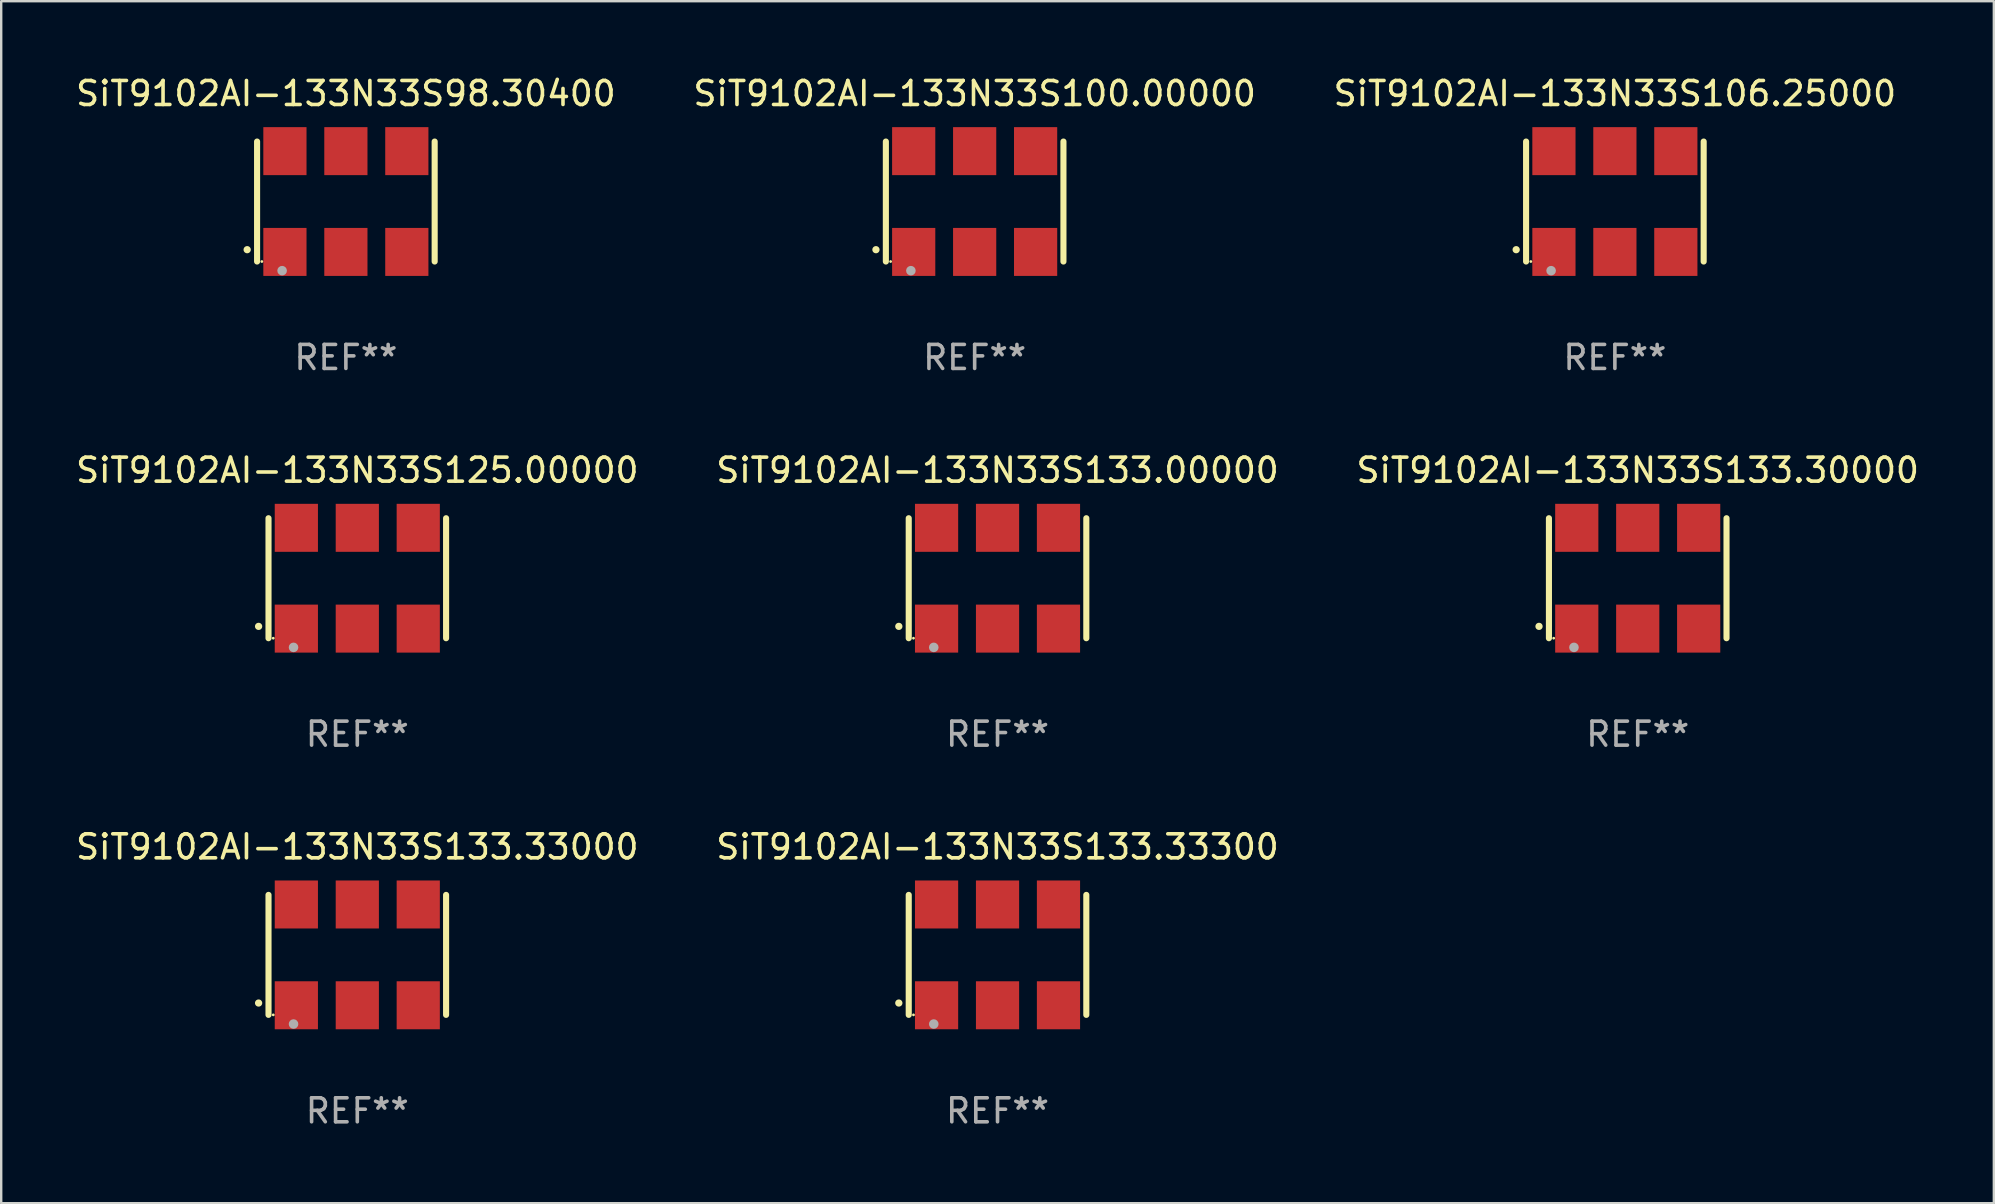
<source format=kicad_pcb>
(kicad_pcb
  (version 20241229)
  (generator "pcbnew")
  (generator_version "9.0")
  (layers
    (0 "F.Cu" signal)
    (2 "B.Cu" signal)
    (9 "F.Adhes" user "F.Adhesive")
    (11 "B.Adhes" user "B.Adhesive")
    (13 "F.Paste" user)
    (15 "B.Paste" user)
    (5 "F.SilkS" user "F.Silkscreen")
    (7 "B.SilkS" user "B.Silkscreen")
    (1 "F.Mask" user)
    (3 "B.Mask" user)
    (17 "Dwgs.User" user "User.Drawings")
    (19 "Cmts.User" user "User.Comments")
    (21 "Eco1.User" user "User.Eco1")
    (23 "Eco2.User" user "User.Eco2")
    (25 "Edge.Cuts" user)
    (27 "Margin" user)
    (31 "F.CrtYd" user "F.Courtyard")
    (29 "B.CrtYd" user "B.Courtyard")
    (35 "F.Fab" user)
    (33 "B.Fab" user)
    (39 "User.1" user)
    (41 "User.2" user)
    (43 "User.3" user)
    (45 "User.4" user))
  (footprint "SiT9102AI-133N33S106.25000"
    (layer "F.Cu")
    (at 64.244 5.348)
    (property "Reference" "SiT9102AI-133N33S106.25000" (at 0 -4.5 0) (layer "F.SilkS") (effects (font (size 1 1) (thickness 0.15))))
    (attr through_hole)
    (fp_line (start -3.7 -2.5) (end -3.7 2.5) (stroke (width 0.254) (type solid)) (layer "F.SilkS"))
    (fp_line (start 3.7 -2.5) (end 3.7 2.5) (stroke (width 0.254) (type solid)) (layer "F.SilkS"))
    (fp_arc (start -4.114415 2.006604) (mid -4.113145 2.006599) (end -4.111875 2.006604) (stroke (width 0.3) (type solid)) (layer "F.SilkS"))
    (fp_circle (center -3.502 2.5) (end -3.472 2.5) (stroke (width 0.06) (type solid)) (fill no) (layer "F.SilkS"))
    (fp_circle (center -2.657 2.882) (end -2.557 2.882) (stroke (width 0.2) (type solid)) (fill no) (layer "F.Fab"))
    (fp_text user "REF**" (at 0 6.5 0) (layer "F.Fab") (effects (font (size 1 1) (thickness 0.15))))
    (pad "1" smd rect (at -2.54 2.1) (size 1.8 2) (layers "F.Cu" "F.Mask" "F.Paste"))
    (pad "2" smd rect (at 0.000394 2.1) (size 1.8 2) (layers "F.Cu" "F.Mask" "F.Paste"))
    (pad "3" smd rect (at 2.54 2.1) (size 1.8 2) (layers "F.Cu" "F.Mask" "F.Paste"))
    (pad "4" smd rect (at 2.54 -2.1) (size 1.8 2) (layers "F.Cu" "F.Mask" "F.Paste"))
    (pad "5" smd rect (at 0.000394 -2.1) (size 1.8 2) (layers "F.Cu" "F.Mask" "F.Paste"))
    (pad "6" smd rect (at -2.54 -2.1) (size 1.8 2) (layers "F.Cu" "F.Mask" "F.Paste")))
  (footprint "SiT9102AI-133N33S133.33000"
    (layer "F.Cu")
    (at 11.839 36.741)
    (property "Reference" "SiT9102AI-133N33S133.33000" (at 0 -4.5 0) (layer "F.SilkS") (effects (font (size 1 1) (thickness 0.15))))
    (attr through_hole)
    (fp_line (start -3.7 -2.5) (end -3.7 2.5) (stroke (width 0.254) (type solid)) (layer "F.SilkS"))
    (fp_line (start 3.7 -2.5) (end 3.7 2.5) (stroke (width 0.254) (type solid)) (layer "F.SilkS"))
    (fp_arc (start -4.114415 2.006604) (mid -4.113145 2.006599) (end -4.111875 2.006604) (stroke (width 0.3) (type solid)) (layer "F.SilkS"))
    (fp_circle (center -3.502 2.5) (end -3.472 2.5) (stroke (width 0.06) (type solid)) (fill no) (layer "F.SilkS"))
    (fp_circle (center -2.657 2.882) (end -2.557 2.882) (stroke (width 0.2) (type solid)) (fill no) (layer "F.Fab"))
    (fp_text user "REF**" (at 0 6.5 0) (layer "F.Fab") (effects (font (size 1 1) (thickness 0.15))))
    (pad "1" smd rect (at -2.54 2.1) (size 1.8 2) (layers "F.Cu" "F.Mask" "F.Paste"))
    (pad "2" smd rect (at 0.000394 2.1) (size 1.8 2) (layers "F.Cu" "F.Mask" "F.Paste"))
    (pad "3" smd rect (at 2.54 2.1) (size 1.8 2) (layers "F.Cu" "F.Mask" "F.Paste"))
    (pad "4" smd rect (at 2.54 -2.1) (size 1.8 2) (layers "F.Cu" "F.Mask" "F.Paste"))
    (pad "5" smd rect (at 0.000394 -2.1) (size 1.8 2) (layers "F.Cu" "F.Mask" "F.Paste"))
    (pad "6" smd rect (at -2.54 -2.1) (size 1.8 2) (layers "F.Cu" "F.Mask" "F.Paste")))
  (footprint "SiT9102AI-133N33S133.33300"
    (layer "F.Cu")
    (at 38.518 36.741)
    (property "Reference" "SiT9102AI-133N33S133.33300" (at 0 -4.5 0) (layer "F.SilkS") (effects (font (size 1 1) (thickness 0.15))))
    (attr through_hole)
    (fp_line (start -3.7 -2.5) (end -3.7 2.5) (stroke (width 0.254) (type solid)) (layer "F.SilkS"))
    (fp_line (start 3.7 -2.5) (end 3.7 2.5) (stroke (width 0.254) (type solid)) (layer "F.SilkS"))
    (fp_arc (start -4.114415 2.006604) (mid -4.113145 2.006599) (end -4.111875 2.006604) (stroke (width 0.3) (type solid)) (layer "F.SilkS"))
    (fp_circle (center -3.502 2.5) (end -3.472 2.5) (stroke (width 0.06) (type solid)) (fill no) (layer "F.SilkS"))
    (fp_circle (center -2.657 2.882) (end -2.557 2.882) (stroke (width 0.2) (type solid)) (fill no) (layer "F.Fab"))
    (fp_text user "REF**" (at 0 6.5 0) (layer "F.Fab") (effects (font (size 1 1) (thickness 0.15))))
    (pad "1" smd rect (at -2.54 2.1) (size 1.8 2) (layers "F.Cu" "F.Mask" "F.Paste"))
    (pad "2" smd rect (at 0.000394 2.1) (size 1.8 2) (layers "F.Cu" "F.Mask" "F.Paste"))
    (pad "3" smd rect (at 2.54 2.1) (size 1.8 2) (layers "F.Cu" "F.Mask" "F.Paste"))
    (pad "4" smd rect (at 2.54 -2.1) (size 1.8 2) (layers "F.Cu" "F.Mask" "F.Paste"))
    (pad "5" smd rect (at 0.000394 -2.1) (size 1.8 2) (layers "F.Cu" "F.Mask" "F.Paste"))
    (pad "6" smd rect (at -2.54 -2.1) (size 1.8 2) (layers "F.Cu" "F.Mask" "F.Paste")))
  (footprint "SiT9102AI-133N33S133.30000"
    (layer "F.Cu")
    (at 65.196 21.045)
    (property "Reference" "SiT9102AI-133N33S133.30000" (at 0 -4.5 0) (layer "F.SilkS") (effects (font (size 1 1) (thickness 0.15))))
    (attr through_hole)
    (fp_line (start -3.7 -2.5) (end -3.7 2.5) (stroke (width 0.254) (type solid)) (layer "F.SilkS"))
    (fp_line (start 3.7 -2.5) (end 3.7 2.5) (stroke (width 0.254) (type solid)) (layer "F.SilkS"))
    (fp_arc (start -4.114415 2.006604) (mid -4.113145 2.006599) (end -4.111875 2.006604) (stroke (width 0.3) (type solid)) (layer "F.SilkS"))
    (fp_circle (center -3.502 2.5) (end -3.472 2.5) (stroke (width 0.06) (type solid)) (fill no) (layer "F.SilkS"))
    (fp_circle (center -2.657 2.882) (end -2.557 2.882) (stroke (width 0.2) (type solid)) (fill no) (layer "F.Fab"))
    (fp_text user "REF**" (at 0 6.5 0) (layer "F.Fab") (effects (font (size 1 1) (thickness 0.15))))
    (pad "1" smd rect (at -2.54 2.1) (size 1.8 2) (layers "F.Cu" "F.Mask" "F.Paste"))
    (pad "2" smd rect (at 0.000394 2.1) (size 1.8 2) (layers "F.Cu" "F.Mask" "F.Paste"))
    (pad "3" smd rect (at 2.54 2.1) (size 1.8 2) (layers "F.Cu" "F.Mask" "F.Paste"))
    (pad "4" smd rect (at 2.54 -2.1) (size 1.8 2) (layers "F.Cu" "F.Mask" "F.Paste"))
    (pad "5" smd rect (at 0.000394 -2.1) (size 1.8 2) (layers "F.Cu" "F.Mask" "F.Paste"))
    (pad "6" smd rect (at -2.54 -2.1) (size 1.8 2) (layers "F.Cu" "F.Mask" "F.Paste")))
  (footprint "SiT9102AI-133N33S133.00000"
    (layer "F.Cu")
    (at 38.518 21.045)
    (property "Reference" "SiT9102AI-133N33S133.00000" (at 0 -4.5 0) (layer "F.SilkS") (effects (font (size 1 1) (thickness 0.15))))
    (attr through_hole)
    (fp_line (start -3.7 -2.5) (end -3.7 2.5) (stroke (width 0.254) (type solid)) (layer "F.SilkS"))
    (fp_line (start 3.7 -2.5) (end 3.7 2.5) (stroke (width 0.254) (type solid)) (layer "F.SilkS"))
    (fp_arc (start -4.114415 2.006604) (mid -4.113145 2.006599) (end -4.111875 2.006604) (stroke (width 0.3) (type solid)) (layer "F.SilkS"))
    (fp_circle (center -3.502 2.5) (end -3.472 2.5) (stroke (width 0.06) (type solid)) (fill no) (layer "F.SilkS"))
    (fp_circle (center -2.657 2.882) (end -2.557 2.882) (stroke (width 0.2) (type solid)) (fill no) (layer "F.Fab"))
    (fp_text user "REF**" (at 0 6.5 0) (layer "F.Fab") (effects (font (size 1 1) (thickness 0.15))))
    (pad "1" smd rect (at -2.54 2.1) (size 1.8 2) (layers "F.Cu" "F.Mask" "F.Paste"))
    (pad "2" smd rect (at 0.000394 2.1) (size 1.8 2) (layers "F.Cu" "F.Mask" "F.Paste"))
    (pad "3" smd rect (at 2.54 2.1) (size 1.8 2) (layers "F.Cu" "F.Mask" "F.Paste"))
    (pad "4" smd rect (at 2.54 -2.1) (size 1.8 2) (layers "F.Cu" "F.Mask" "F.Paste"))
    (pad "5" smd rect (at 0.000394 -2.1) (size 1.8 2) (layers "F.Cu" "F.Mask" "F.Paste"))
    (pad "6" smd rect (at -2.54 -2.1) (size 1.8 2) (layers "F.Cu" "F.Mask" "F.Paste")))
  (footprint "SiT9102AI-133N33S98.30400"
    (layer "F.Cu")
    (at 11.363 5.348)
    (property "Reference" "SiT9102AI-133N33S98.30400" (at 0 -4.5 0) (layer "F.SilkS") (effects (font (size 1 1) (thickness 0.15))))
    (attr through_hole)
    (fp_line (start -3.7 -2.5) (end -3.7 2.5) (stroke (width 0.254) (type solid)) (layer "F.SilkS"))
    (fp_line (start 3.7 -2.5) (end 3.7 2.5) (stroke (width 0.254) (type solid)) (layer "F.SilkS"))
    (fp_arc (start -4.114415 2.006604) (mid -4.113145 2.006599) (end -4.111875 2.006604) (stroke (width 0.3) (type solid)) (layer "F.SilkS"))
    (fp_circle (center -3.502 2.5) (end -3.472 2.5) (stroke (width 0.06) (type solid)) (fill no) (layer "F.SilkS"))
    (fp_circle (center -2.657 2.882) (end -2.557 2.882) (stroke (width 0.2) (type solid)) (fill no) (layer "F.Fab"))
    (fp_text user "REF**" (at 0 6.5 0) (layer "F.Fab") (effects (font (size 1 1) (thickness 0.15))))
    (pad "1" smd rect (at -2.54 2.1) (size 1.8 2) (layers "F.Cu" "F.Mask" "F.Paste"))
    (pad "2" smd rect (at 0.000394 2.1) (size 1.8 2) (layers "F.Cu" "F.Mask" "F.Paste"))
    (pad "3" smd rect (at 2.54 2.1) (size 1.8 2) (layers "F.Cu" "F.Mask" "F.Paste"))
    (pad "4" smd rect (at 2.54 -2.1) (size 1.8 2) (layers "F.Cu" "F.Mask" "F.Paste"))
    (pad "5" smd rect (at 0.000394 -2.1) (size 1.8 2) (layers "F.Cu" "F.Mask" "F.Paste"))
    (pad "6" smd rect (at -2.54 -2.1) (size 1.8 2) (layers "F.Cu" "F.Mask" "F.Paste")))
  (footprint "SiT9102AI-133N33S125.00000"
    (layer "F.Cu")
    (at 11.839 21.045)
    (property "Reference" "SiT9102AI-133N33S125.00000" (at 0 -4.5 0) (layer "F.SilkS") (effects (font (size 1 1) (thickness 0.15))))
    (attr through_hole)
    (fp_line (start -3.7 -2.5) (end -3.7 2.5) (stroke (width 0.254) (type solid)) (layer "F.SilkS"))
    (fp_line (start 3.7 -2.5) (end 3.7 2.5) (stroke (width 0.254) (type solid)) (layer "F.SilkS"))
    (fp_arc (start -4.114415 2.006604) (mid -4.113145 2.006599) (end -4.111875 2.006604) (stroke (width 0.3) (type solid)) (layer "F.SilkS"))
    (fp_circle (center -3.502 2.5) (end -3.472 2.5) (stroke (width 0.06) (type solid)) (fill no) (layer "F.SilkS"))
    (fp_circle (center -2.657 2.882) (end -2.557 2.882) (stroke (width 0.2) (type solid)) (fill no) (layer "F.Fab"))
    (fp_text user "REF**" (at 0 6.5 0) (layer "F.Fab") (effects (font (size 1 1) (thickness 0.15))))
    (pad "1" smd rect (at -2.54 2.1) (size 1.8 2) (layers "F.Cu" "F.Mask" "F.Paste"))
    (pad "2" smd rect (at 0.000394 2.1) (size 1.8 2) (layers "F.Cu" "F.Mask" "F.Paste"))
    (pad "3" smd rect (at 2.54 2.1) (size 1.8 2) (layers "F.Cu" "F.Mask" "F.Paste"))
    (pad "4" smd rect (at 2.54 -2.1) (size 1.8 2) (layers "F.Cu" "F.Mask" "F.Paste"))
    (pad "5" smd rect (at 0.000394 -2.1) (size 1.8 2) (layers "F.Cu" "F.Mask" "F.Paste"))
    (pad "6" smd rect (at -2.54 -2.1) (size 1.8 2) (layers "F.Cu" "F.Mask" "F.Paste")))
  (footprint "SiT9102AI-133N33S100.00000"
    (layer "F.Cu")
    (at 37.565 5.348)
    (property "Reference" "SiT9102AI-133N33S100.00000" (at 0 -4.5 0) (layer "F.SilkS") (effects (font (size 1 1) (thickness 0.15))))
    (attr through_hole)
    (fp_line (start -3.7 -2.5) (end -3.7 2.5) (stroke (width 0.254) (type solid)) (layer "F.SilkS"))
    (fp_line (start 3.7 -2.5) (end 3.7 2.5) (stroke (width 0.254) (type solid)) (layer "F.SilkS"))
    (fp_arc (start -4.114415 2.006604) (mid -4.113145 2.006599) (end -4.111875 2.006604) (stroke (width 0.3) (type solid)) (layer "F.SilkS"))
    (fp_circle (center -3.502 2.5) (end -3.472 2.5) (stroke (width 0.06) (type solid)) (fill no) (layer "F.SilkS"))
    (fp_circle (center -2.657 2.882) (end -2.557 2.882) (stroke (width 0.2) (type solid)) (fill no) (layer "F.Fab"))
    (fp_text user "REF**" (at 0 6.5 0) (layer "F.Fab") (effects (font (size 1 1) (thickness 0.15))))
    (pad "1" smd rect (at -2.54 2.1) (size 1.8 2) (layers "F.Cu" "F.Mask" "F.Paste"))
    (pad "2" smd rect (at 0.000394 2.1) (size 1.8 2) (layers "F.Cu" "F.Mask" "F.Paste"))
    (pad "3" smd rect (at 2.54 2.1) (size 1.8 2) (layers "F.Cu" "F.Mask" "F.Paste"))
    (pad "4" smd rect (at 2.54 -2.1) (size 1.8 2) (layers "F.Cu" "F.Mask" "F.Paste"))
    (pad "5" smd rect (at 0.000394 -2.1) (size 1.8 2) (layers "F.Cu" "F.Mask" "F.Paste"))
    (pad "6" smd rect (at -2.54 -2.1) (size 1.8 2) (layers "F.Cu" "F.Mask" "F.Paste")))
  (gr_rect
    (start -3 -3)
    (end 80.036 47.09)
    (stroke (width 0.1) (type default))
    (fill no)
    (layer "Edge.Cuts")))
</source>
